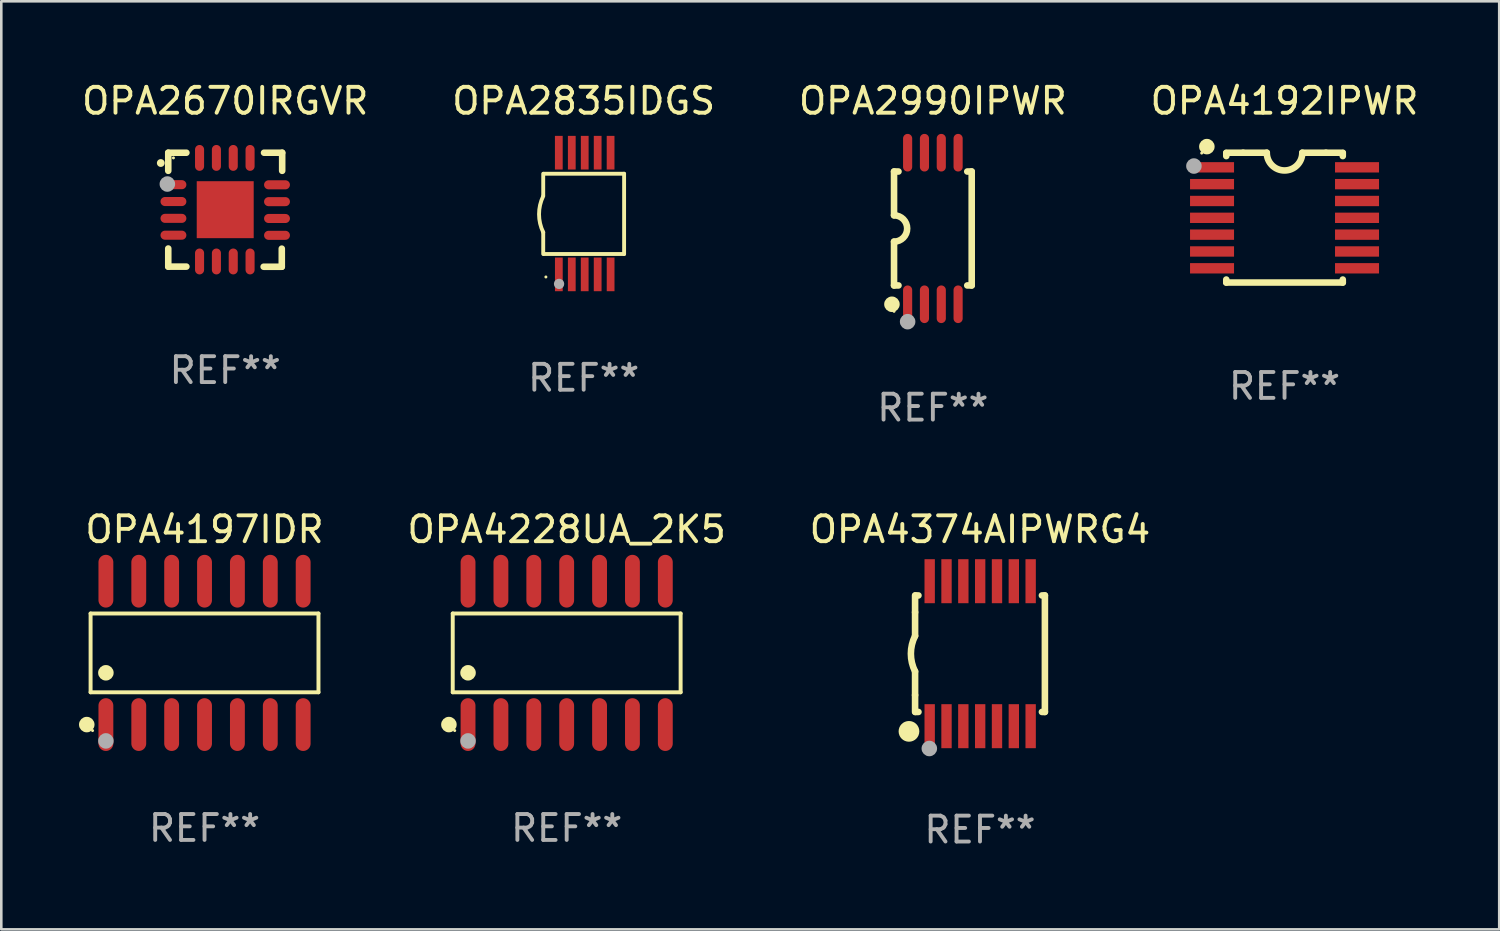
<source format=kicad_pcb>
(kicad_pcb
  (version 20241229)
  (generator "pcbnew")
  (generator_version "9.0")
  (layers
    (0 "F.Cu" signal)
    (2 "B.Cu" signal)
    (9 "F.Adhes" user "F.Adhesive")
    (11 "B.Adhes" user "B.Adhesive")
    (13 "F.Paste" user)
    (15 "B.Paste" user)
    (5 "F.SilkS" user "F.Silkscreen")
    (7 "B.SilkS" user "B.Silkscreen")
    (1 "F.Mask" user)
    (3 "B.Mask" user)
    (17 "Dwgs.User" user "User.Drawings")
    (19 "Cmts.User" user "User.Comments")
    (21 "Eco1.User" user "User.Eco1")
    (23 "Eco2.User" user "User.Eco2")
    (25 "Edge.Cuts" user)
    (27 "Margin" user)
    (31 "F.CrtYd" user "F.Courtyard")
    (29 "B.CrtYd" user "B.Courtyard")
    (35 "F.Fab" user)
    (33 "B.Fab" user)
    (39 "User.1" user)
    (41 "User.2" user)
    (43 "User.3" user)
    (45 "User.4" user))
  (footprint "OPA2990IPWR"
    (layer "F.Cu")
    (at 32.982 5.775)
    (property "Reference" "OPA2990IPWR" (at 0 -4.927 0) (layer "F.SilkS") (effects (font (size 1 1) (thickness 0.15))))
    (attr through_hole)
    (fp_line (start -1.5 -2.2) (end -1.5 -0.508) (stroke (width 0.254) (type solid)) (layer "F.SilkS"))
    (fp_line (start -1.5 -2.2) (end -1.328 -2.2) (stroke (width 0.254) (type solid)) (layer "F.SilkS"))
    (fp_line (start -1.5 2.2) (end -1.5 0.508) (stroke (width 0.254) (type solid)) (layer "F.SilkS"))
    (fp_line (start -1.5 2.2) (end -1.328 2.2) (stroke (width 0.254) (type solid)) (layer "F.SilkS"))
    (fp_line (start 1.328 -2.2) (end 1.5 -2.2) (stroke (width 0.254) (type solid)) (layer "F.SilkS"))
    (fp_line (start 1.328 2.2) (end 1.5 2.2) (stroke (width 0.254) (type solid)) (layer "F.SilkS"))
    (fp_line (start 1.5 -2.2) (end 1.5 2.2) (stroke (width 0.254) (type solid)) (layer "F.SilkS"))
    (fp_arc (start -1.501144 -0.508) (mid -0.993143 -0.000571) (end -1.5 0.508001) (stroke (width 0.254001) (type solid)) (layer "F.SilkS"))
    (fp_circle (center -1.581 2.927) (end -1.431 2.927) (stroke (width 0.3) (type solid)) (fill no) (layer "F.SilkS"))
    (fp_circle (center -1.5 3.2) (end -1.47 3.2) (stroke (width 0.06) (type solid)) (fill no) (layer "F.SilkS"))
    (fp_circle (center -0.975 3.6) (end -0.825 3.6) (stroke (width 0.3) (type solid)) (fill no) (layer "F.Fab"))
    (fp_text user "REF**" (at 0 6.927 0) (layer "F.Fab") (effects (font (size 1 1) (thickness 0.15))))
    (pad "1" smd oval (at -0.975 2.927) (size 0.353 1.454) (layers "F.Cu" "F.Mask" "F.Paste"))
    (pad "2" smd oval (at -0.325 2.927) (size 0.353 1.454) (layers "F.Cu" "F.Mask" "F.Paste"))
    (pad "3" smd oval (at 0.325 2.927) (size 0.353 1.454) (layers "F.Cu" "F.Mask" "F.Paste"))
    (pad "4" smd oval (at 0.975 2.927) (size 0.353 1.454) (layers "F.Cu" "F.Mask" "F.Paste"))
    (pad "5" smd oval (at 0.975 -2.927) (size 0.353 1.454) (layers "F.Cu" "F.Mask" "F.Paste"))
    (pad "6" smd oval (at 0.325 -2.927) (size 0.353 1.454) (layers "F.Cu" "F.Mask" "F.Paste"))
    (pad "7" smd oval (at -0.325 -2.927) (size 0.353 1.454) (layers "F.Cu" "F.Mask" "F.Paste"))
    (pad "8" smd oval (at -0.975 -2.927) (size 0.353 1.454) (layers "F.Cu" "F.Mask" "F.Paste")))
  (footprint "OPA4374AIPWRG4"
    (layer "F.Cu")
    (at 34.802 22.199)
    (property "Reference" "OPA4374AIPWRG4" (at 0 -4.8 0) (layer "F.SilkS") (effects (font (size 1 1) (thickness 0.15))))
    (attr through_hole)
    (fp_line (start -2.507 -1.6) (end -2.507 -2.25) (stroke (width 0.254) (type solid)) (layer "F.SilkS"))
    (fp_line (start -2.507 -0.686) (end -2.507 -1.6) (stroke (width 0.254) (type solid)) (layer "F.SilkS"))
    (fp_line (start -2.507 1.6) (end -2.507 0.686) (stroke (width 0.254) (type solid)) (layer "F.SilkS"))
    (fp_line (start -2.507 1.6) (end -2.507 2.25) (stroke (width 0.254) (type solid)) (layer "F.SilkS"))
    (fp_line (start -2.493 -2.25) (end -2.377 -2.25) (stroke (width 0.254) (type solid)) (layer "F.SilkS"))
    (fp_line (start -2.377 2.25) (end -2.493 2.25) (stroke (width 0.254) (type solid)) (layer "F.SilkS"))
    (fp_line (start 2.392 -2.25) (end 2.507 -2.25) (stroke (width 0.254) (type solid)) (layer "F.SilkS"))
    (fp_line (start 2.507 -2.25) (end 2.507 2.25) (stroke (width 0.254) (type solid)) (layer "F.SilkS"))
    (fp_line (start 2.507 2.25) (end 2.392 2.25) (stroke (width 0.254) (type solid)) (layer "F.SilkS"))
    (fp_arc (start -2.507303 0.685802) (mid -2.669199 0) (end -2.507303 -0.685801) (stroke (width 0.254001) (type solid)) (layer "F.SilkS"))
    (fp_circle (center -2.743 3) (end -2.543 3) (stroke (width 0.4) (type solid)) (fill no) (layer "F.SilkS"))
    (fp_circle (center -2.493 3.2) (end -2.463 3.2) (stroke (width 0.06) (type solid)) (fill no) (layer "F.SilkS"))
    (fp_circle (center -1.957 3.662) (end -1.807 3.662) (stroke (width 0.3) (type solid)) (fill no) (layer "F.Fab"))
    (fp_text user "REF**" (at 0 6.8 0) (layer "F.Fab") (effects (font (size 1 1) (thickness 0.15))))
    (pad "1" smd rect (at -1.943 2.8) (size 0.4 1.7) (layers "F.Cu" "F.Mask" "F.Paste"))
    (pad "2" smd rect (at -1.293 2.8) (size 0.4 1.7) (layers "F.Cu" "F.Mask" "F.Paste"))
    (pad "3" smd rect (at -0.643 2.8) (size 0.4 1.7) (layers "F.Cu" "F.Mask" "F.Paste"))
    (pad "4" smd rect (at 0.007 2.8) (size 0.4 1.7) (layers "F.Cu" "F.Mask" "F.Paste"))
    (pad "5" smd rect (at 0.657 2.8) (size 0.4 1.7) (layers "F.Cu" "F.Mask" "F.Paste"))
    (pad "6" smd rect (at 1.307 2.8) (size 0.4 1.7) (layers "F.Cu" "F.Mask" "F.Paste"))
    (pad "7" smd rect (at 1.957 2.8) (size 0.4 1.7) (layers "F.Cu" "F.Mask" "F.Paste"))
    (pad "8" smd rect (at 1.957 -2.8) (size 0.4 1.7) (layers "F.Cu" "F.Mask" "F.Paste"))
    (pad "9" smd rect (at 1.307 -2.8) (size 0.4 1.7) (layers "F.Cu" "F.Mask" "F.Paste"))
    (pad "10" smd rect (at 0.657 -2.8) (size 0.4 1.7) (layers "F.Cu" "F.Mask" "F.Paste"))
    (pad "11" smd rect (at 0.007 -2.8) (size 0.4 1.7) (layers "F.Cu" "F.Mask" "F.Paste"))
    (pad "12" smd rect (at -0.643 -2.8) (size 0.4 1.7) (layers "F.Cu" "F.Mask" "F.Paste"))
    (pad "13" smd rect (at -1.293 -2.8) (size 0.4 1.7) (layers "F.Cu" "F.Mask" "F.Paste"))
    (pad "14" smd rect (at -1.943 -2.8) (size 0.4 1.7) (layers "F.Cu" "F.Mask" "F.Paste")))
  (footprint "OPA4192IPWR"
    (layer "F.Cu")
    (at 46.565 5.356)
    (property "Reference" "OPA4192IPWR" (at 0 -4.507 0) (layer "F.SilkS") (effects (font (size 1 1) (thickness 0.15))))
    (attr through_hole)
    (fp_line (start -2.25 -2.377) (end -2.25 -2.493) (stroke (width 0.254) (type solid)) (layer "F.SilkS"))
    (fp_line (start -2.25 2.507) (end -2.25 2.392) (stroke (width 0.254) (type solid)) (layer "F.SilkS"))
    (fp_line (start -1.6 -2.507) (end -2.25 -2.507) (stroke (width 0.254) (type solid)) (layer "F.SilkS"))
    (fp_line (start -1.6 -2.507) (end -0.686 -2.507) (stroke (width 0.254) (type solid)) (layer "F.SilkS"))
    (fp_line (start 0.686 -2.507) (end 1.6 -2.507) (stroke (width 0.254) (type solid)) (layer "F.SilkS"))
    (fp_line (start 1.6 -2.507) (end 2.25 -2.507) (stroke (width 0.254) (type solid)) (layer "F.SilkS"))
    (fp_line (start 2.25 -2.493) (end 2.25 -2.377) (stroke (width 0.254) (type solid)) (layer "F.SilkS"))
    (fp_line (start 2.25 2.392) (end 2.25 2.507) (stroke (width 0.254) (type solid)) (layer "F.SilkS"))
    (fp_line (start 2.25 2.507) (end -2.25 2.507) (stroke (width 0.254) (type solid)) (layer "F.SilkS"))
    (fp_arc (start 0.685852 -2.507303) (mid 0.000051 -1.821502) (end -0.68575 -2.507303) (stroke (width 0.254001) (type solid)) (layer "F.SilkS"))
    (fp_circle (center -3.2 -2.493) (end -3.17 -2.493) (stroke (width 0.06) (type solid)) (fill no) (layer "F.SilkS"))
    (fp_circle (center -3 -2.743) (end -2.85 -2.743) (stroke (width 0.3) (type solid)) (fill no) (layer "F.SilkS"))
    (fp_circle (center -3.5 -1.993) (end -3.35 -1.993) (stroke (width 0.3) (type solid)) (fill no) (layer "F.Fab"))
    (fp_text user "REF**" (at 0 6.507 0) (layer "F.Fab") (effects (font (size 1 1) (thickness 0.15))))
    (pad "1" smd rect (at -2.8 -1.943) (size 1.7 0.4) (layers "F.Cu" "F.Mask" "F.Paste"))
    (pad "2" smd rect (at -2.8 -1.293) (size 1.7 0.4) (layers "F.Cu" "F.Mask" "F.Paste"))
    (pad "3" smd rect (at -2.8 -0.643) (size 1.7 0.4) (layers "F.Cu" "F.Mask" "F.Paste"))
    (pad "4" smd rect (at -2.8 0.007) (size 1.7 0.4) (layers "F.Cu" "F.Mask" "F.Paste"))
    (pad "5" smd rect (at -2.8 0.657) (size 1.7 0.4) (layers "F.Cu" "F.Mask" "F.Paste"))
    (pad "6" smd rect (at -2.8 1.307) (size 1.7 0.4) (layers "F.Cu" "F.Mask" "F.Paste"))
    (pad "7" smd rect (at -2.8 1.957) (size 1.7 0.4) (layers "F.Cu" "F.Mask" "F.Paste"))
    (pad "8" smd rect (at 2.8 1.957) (size 1.7 0.4) (layers "F.Cu" "F.Mask" "F.Paste"))
    (pad "9" smd rect (at 2.8 1.307) (size 1.7 0.4) (layers "F.Cu" "F.Mask" "F.Paste"))
    (pad "10" smd rect (at 2.8 0.657) (size 1.7 0.4) (layers "F.Cu" "F.Mask" "F.Paste"))
    (pad "11" smd rect (at 2.8 0.007) (size 1.7 0.4) (layers "F.Cu" "F.Mask" "F.Paste"))
    (pad "12" smd rect (at 2.8 -0.643) (size 1.7 0.4) (layers "F.Cu" "F.Mask" "F.Paste"))
    (pad "13" smd rect (at 2.8 -1.293) (size 1.7 0.4) (layers "F.Cu" "F.Mask" "F.Paste"))
    (pad "14" smd rect (at 2.8 -1.943) (size 1.7 0.4) (layers "F.Cu" "F.Mask" "F.Paste")))
  (footprint "OPA4228UA_2K5"
    (layer "F.Cu")
    (at 18.838 22.168)
    (property "Reference" "OPA4228UA_2K5" (at 0 -4.769 0) (layer "F.SilkS") (effects (font (size 1 1) (thickness 0.15))))
    (attr through_hole)
    (fp_line (start -4.401 -1.521) (end 4.401 -1.521) (stroke (width 0.152) (type solid)) (layer "F.SilkS"))
    (fp_line (start -4.401 1.521) (end -4.401 -1.521) (stroke (width 0.152) (type solid)) (layer "F.SilkS"))
    (fp_line (start 4.401 -1.521) (end 4.401 1.521) (stroke (width 0.152) (type solid)) (layer "F.SilkS"))
    (fp_line (start 4.401 1.521) (end -4.401 1.521) (stroke (width 0.152) (type solid)) (layer "F.SilkS"))
    (fp_circle (center -4.549 2.769) (end -4.399 2.769) (stroke (width 0.3) (type solid)) (fill no) (layer "F.SilkS"))
    (fp_circle (center -4.325 3) (end -4.295 3) (stroke (width 0.06) (type solid)) (fill no) (layer "F.SilkS"))
    (fp_circle (center -3.81 0.769) (end -3.66 0.769) (stroke (width 0.3) (type solid)) (fill no) (layer "F.SilkS"))
    (fp_circle (center -3.81 3.4) (end -3.66 3.4) (stroke (width 0.3) (type solid)) (fill no) (layer "F.Fab"))
    (fp_text user "REF**" (at 0 6.769 0) (layer "F.Fab") (effects (font (size 1 1) (thickness 0.15))))
    (pad "1" smd oval (at -3.81 2.769) (size 0.574 2.038) (layers "F.Cu" "F.Mask" "F.Paste"))
    (pad "2" smd oval (at -2.54 2.769) (size 0.574 2.038) (layers "F.Cu" "F.Mask" "F.Paste"))
    (pad "3" smd oval (at -1.27 2.769) (size 0.574 2.038) (layers "F.Cu" "F.Mask" "F.Paste"))
    (pad "4" smd oval (at 0 2.769) (size 0.574 2.038) (layers "F.Cu" "F.Mask" "F.Paste"))
    (pad "5" smd oval (at 1.27 2.769) (size 0.574 2.038) (layers "F.Cu" "F.Mask" "F.Paste"))
    (pad "6" smd oval (at 2.54 2.769) (size 0.574 2.038) (layers "F.Cu" "F.Mask" "F.Paste"))
    (pad "7" smd oval (at 3.81 2.769) (size 0.574 2.038) (layers "F.Cu" "F.Mask" "F.Paste"))
    (pad "8" smd oval (at 3.81 -2.769) (size 0.574 2.038) (layers "F.Cu" "F.Mask" "F.Paste"))
    (pad "9" smd oval (at 2.54 -2.769) (size 0.574 2.038) (layers "F.Cu" "F.Mask" "F.Paste"))
    (pad "10" smd oval (at 1.27 -2.769) (size 0.574 2.038) (layers "F.Cu" "F.Mask" "F.Paste"))
    (pad "11" smd oval (at 0 -2.769) (size 0.574 2.038) (layers "F.Cu" "F.Mask" "F.Paste"))
    (pad "12" smd oval (at -1.27 -2.769) (size 0.574 2.038) (layers "F.Cu" "F.Mask" "F.Paste"))
    (pad "13" smd oval (at -2.54 -2.769) (size 0.574 2.038) (layers "F.Cu" "F.Mask" "F.Paste"))
    (pad "14" smd oval (at -3.81 -2.769) (size 0.574 2.038) (layers "F.Cu" "F.Mask" "F.Paste")))
  (footprint "OPA2835IDGS"
    (layer "F.Cu")
    (at 19.494 5.198)
    (property "Reference" "OPA2835IDGS" (at 0 -4.35 0) (layer "F.SilkS") (effects (font (size 1 1) (thickness 0.15))))
    (attr through_hole)
    (fp_line (start -1.562 -1.537) (end -1.562 -0.698) (stroke (width 0.15) (type solid)) (layer "F.SilkS"))
    (fp_line (start -1.562 0.724) (end -1.562 1.562) (stroke (width 0.15) (type solid)) (layer "F.SilkS"))
    (fp_line (start -1.538 -1.537) (end 1.562 -1.537) (stroke (width 0.15) (type solid)) (layer "F.SilkS"))
    (fp_line (start -1.538 1.562) (end 1.562 1.562) (stroke (width 0.15) (type solid)) (layer "F.SilkS"))
    (fp_line (start 1.562 1.564) (end 1.562 -1.537) (stroke (width 0.15) (type solid)) (layer "F.SilkS"))
    (fp_arc (start -1.562103 0.724079) (mid -1.723579 0.025578) (end -1.562103 -0.672924) (stroke (width 0.150013) (type solid)) (layer "F.SilkS"))
    (fp_circle (center -1.459 2.45) (end -1.429 2.45) (stroke (width 0.06) (type solid)) (fill no) (layer "F.SilkS"))
    (fp_circle (center -0.95 2.718) (end -0.85 2.718) (stroke (width 0.2) (type solid)) (fill no) (layer "F.Fab"))
    (fp_text user "REF**" (at 0 6.35 0) (layer "F.Fab") (effects (font (size 1 1) (thickness 0.15))))
    (pad "1" smd rect (at -0.959 2.35) (size 0.3 1.3) (layers "F.Cu" "F.Mask" "F.Paste"))
    (pad "2" smd rect (at -0.459 2.35) (size 0.3 1.3) (layers "F.Cu" "F.Mask" "F.Paste"))
    (pad "3" smd rect (at 0.04 2.35) (size 0.3 1.3) (layers "F.Cu" "F.Mask" "F.Paste"))
    (pad "4" smd rect (at 0.541 2.35) (size 0.3 1.3) (layers "F.Cu" "F.Mask" "F.Paste"))
    (pad "5" smd rect (at 1.041 2.35) (size 0.3 1.3) (layers "F.Cu" "F.Mask" "F.Paste"))
    (pad "6" smd rect (at 1.04 -2.35) (size 0.3 1.3) (layers "F.Cu" "F.Mask" "F.Paste"))
    (pad "7" smd rect (at 0.541 -2.35) (size 0.3 1.3) (layers "F.Cu" "F.Mask" "F.Paste"))
    (pad "8" smd rect (at 0.041 -2.35) (size 0.3 1.3) (layers "F.Cu" "F.Mask" "F.Paste"))
    (pad "9" smd rect (at -0.459 -2.35) (size 0.3 1.3) (layers "F.Cu" "F.Mask" "F.Paste"))
    (pad "10" smd rect (at -0.96 -2.35) (size 0.3 1.3) (layers "F.Cu" "F.Mask" "F.Paste")))
  (footprint "OPA2670IRGVR"
    (layer "F.Cu")
    (at 5.649 5.051)
    (property "Reference" "OPA2670IRGVR" (at 0 -4.202 0) (layer "F.SilkS") (effects (font (size 1 1) (thickness 0.15))))
    (attr through_hole)
    (fp_line (start -2.2 -2.202) (end -1.5 -2.202) (stroke (width 0.254) (type solid)) (layer "F.SilkS"))
    (fp_line (start -2.2 -1.503) (end -2.2 -2.202) (stroke (width 0.254) (type solid)) (layer "F.SilkS"))
    (fp_line (start -2.2 1.498) (end -2.2 2.197) (stroke (width 0.254) (type solid)) (layer "F.SilkS"))
    (fp_line (start -2.2 2.197) (end -1.5 2.197) (stroke (width 0.254) (type solid)) (layer "F.SilkS"))
    (fp_line (start 1.485 2.202) (end 2.185 2.202) (stroke (width 0.254) (type solid)) (layer "F.SilkS"))
    (fp_line (start 2.185 2.202) (end 2.185 1.503) (stroke (width 0.254) (type solid)) (layer "F.SilkS"))
    (fp_line (start 2.2 -2.202) (end 1.5 -2.202) (stroke (width 0.254) (type solid)) (layer "F.SilkS"))
    (fp_line (start 2.2 -1.503) (end 2.2 -2.202) (stroke (width 0.254) (type solid)) (layer "F.SilkS"))
    (fp_arc (start -2.489205 -1.803404) (mid -2.48921 -1.804674) (end -2.489205 -1.805944) (stroke (width 0.3) (type solid)) (layer "F.SilkS"))
    (fp_circle (center -2 -2.002) (end -1.97 -2.002) (stroke (width 0.06) (type solid)) (fill no) (layer "F.SilkS"))
    (fp_circle (center -2.235 -0.993) (end -2.085 -0.993) (stroke (width 0.3) (type solid)) (fill no) (layer "F.Fab"))
    (fp_text user "REF**" (at 0 6.202 0) (layer "F.Fab") (effects (font (size 1 1) (thickness 0.15))))
    (pad "1" smd oval (at -2 -0.968 270) (size 0.35 1) (layers "F.Cu" "F.Mask" "F.Paste"))
    (pad "2" smd oval (at -2 -0.317 270) (size 0.35 1) (layers "F.Cu" "F.Mask" "F.Paste"))
    (pad "3" smd oval (at -2 0.333 270) (size 0.35 1) (layers "F.Cu" "F.Mask" "F.Paste"))
    (pad "4" smd oval (at -2 0.983 270) (size 0.35 1) (layers "F.Cu" "F.Mask" "F.Paste"))
    (pad "5" smd oval (at -0.991 1.998) (size 0.35 1) (layers "F.Cu" "F.Mask" "F.Paste"))
    (pad "6" smd oval (at -0.34 1.998) (size 0.35 1) (layers "F.Cu" "F.Mask" "F.Paste"))
    (pad "7" smd oval (at 0.31 1.998) (size 0.35 1) (layers "F.Cu" "F.Mask" "F.Paste"))
    (pad "8" smd oval (at 0.96 1.998) (size 0.35 1) (layers "F.Cu" "F.Mask" "F.Paste"))
    (pad "9" smd oval (at 2 0.988 270) (size 0.35 1) (layers "F.Cu" "F.Mask" "F.Paste"))
    (pad "10" smd oval (at 2 0.338 270) (size 0.35 1) (layers "F.Cu" "F.Mask" "F.Paste"))
    (pad "11" smd oval (at 2 -0.312 270) (size 0.35 1) (layers "F.Cu" "F.Mask" "F.Paste"))
    (pad "12" smd oval (at 2 -0.963 270) (size 0.35 1) (layers "F.Cu" "F.Mask" "F.Paste"))
    (pad "13" smd oval (at 0.96 -2.002) (size 0.35 1) (layers "F.Cu" "F.Mask" "F.Paste"))
    (pad "14" smd oval (at 0.31 -2.002) (size 0.35 1) (layers "F.Cu" "F.Mask" "F.Paste"))
    (pad "15" smd oval (at -0.34 -2.002) (size 0.35 1) (layers "F.Cu" "F.Mask" "F.Paste"))
    (pad "16" smd oval (at -0.991 -2.002) (size 0.35 1) (layers "F.Cu" "F.Mask" "F.Paste"))
    (pad "17" smd rect (at -0.000102 -0.002) (size 2.2 2.2) (layers "F.Cu" "F.Mask" "F.Paste")))
  (footprint "OPA4197IDR"
    (layer "F.Cu")
    (at 4.85 22.168)
    (property "Reference" "OPA4197IDR" (at 0 -4.769 0) (layer "F.SilkS") (effects (font (size 1 1) (thickness 0.15))))
    (attr through_hole)
    (fp_line (start -4.401 -1.521) (end 4.401 -1.521) (stroke (width 0.152) (type solid)) (layer "F.SilkS"))
    (fp_line (start -4.401 1.521) (end -4.401 -1.521) (stroke (width 0.152) (type solid)) (layer "F.SilkS"))
    (fp_line (start 4.401 -1.521) (end 4.401 1.521) (stroke (width 0.152) (type solid)) (layer "F.SilkS"))
    (fp_line (start 4.401 1.521) (end -4.401 1.521) (stroke (width 0.152) (type solid)) (layer "F.SilkS"))
    (fp_circle (center -4.549 2.769) (end -4.399 2.769) (stroke (width 0.3) (type solid)) (fill no) (layer "F.SilkS"))
    (fp_circle (center -4.325 3) (end -4.295 3) (stroke (width 0.06) (type solid)) (fill no) (layer "F.SilkS"))
    (fp_circle (center -3.81 0.769) (end -3.66 0.769) (stroke (width 0.3) (type solid)) (fill no) (layer "F.SilkS"))
    (fp_circle (center -3.81 3.4) (end -3.66 3.4) (stroke (width 0.3) (type solid)) (fill no) (layer "F.Fab"))
    (fp_text user "REF**" (at 0 6.769 0) (layer "F.Fab") (effects (font (size 1 1) (thickness 0.15))))
    (pad "1" smd oval (at -3.81 2.769) (size 0.574 2.038) (layers "F.Cu" "F.Mask" "F.Paste"))
    (pad "2" smd oval (at -2.54 2.769) (size 0.574 2.038) (layers "F.Cu" "F.Mask" "F.Paste"))
    (pad "3" smd oval (at -1.27 2.769) (size 0.574 2.038) (layers "F.Cu" "F.Mask" "F.Paste"))
    (pad "4" smd oval (at 0 2.769) (size 0.574 2.038) (layers "F.Cu" "F.Mask" "F.Paste"))
    (pad "5" smd oval (at 1.27 2.769) (size 0.574 2.038) (layers "F.Cu" "F.Mask" "F.Paste"))
    (pad "6" smd oval (at 2.54 2.769) (size 0.574 2.038) (layers "F.Cu" "F.Mask" "F.Paste"))
    (pad "7" smd oval (at 3.81 2.769) (size 0.574 2.038) (layers "F.Cu" "F.Mask" "F.Paste"))
    (pad "8" smd oval (at 3.81 -2.769) (size 0.574 2.038) (layers "F.Cu" "F.Mask" "F.Paste"))
    (pad "9" smd oval (at 2.54 -2.769) (size 0.574 2.038) (layers "F.Cu" "F.Mask" "F.Paste"))
    (pad "10" smd oval (at 1.27 -2.769) (size 0.574 2.038) (layers "F.Cu" "F.Mask" "F.Paste"))
    (pad "11" smd oval (at 0 -2.769) (size 0.574 2.038) (layers "F.Cu" "F.Mask" "F.Paste"))
    (pad "12" smd oval (at -1.27 -2.769) (size 0.574 2.038) (layers "F.Cu" "F.Mask" "F.Paste"))
    (pad "13" smd oval (at -2.54 -2.769) (size 0.574 2.038) (layers "F.Cu" "F.Mask" "F.Paste"))
    (pad "14" smd oval (at -3.81 -2.769) (size 0.574 2.038) (layers "F.Cu" "F.Mask" "F.Paste")))
  (gr_rect
    (start -3 -3)
    (end 54.857 32.847)
    (stroke (width 0.1) (type default))
    (fill no)
    (layer "Edge.Cuts")))
</source>
